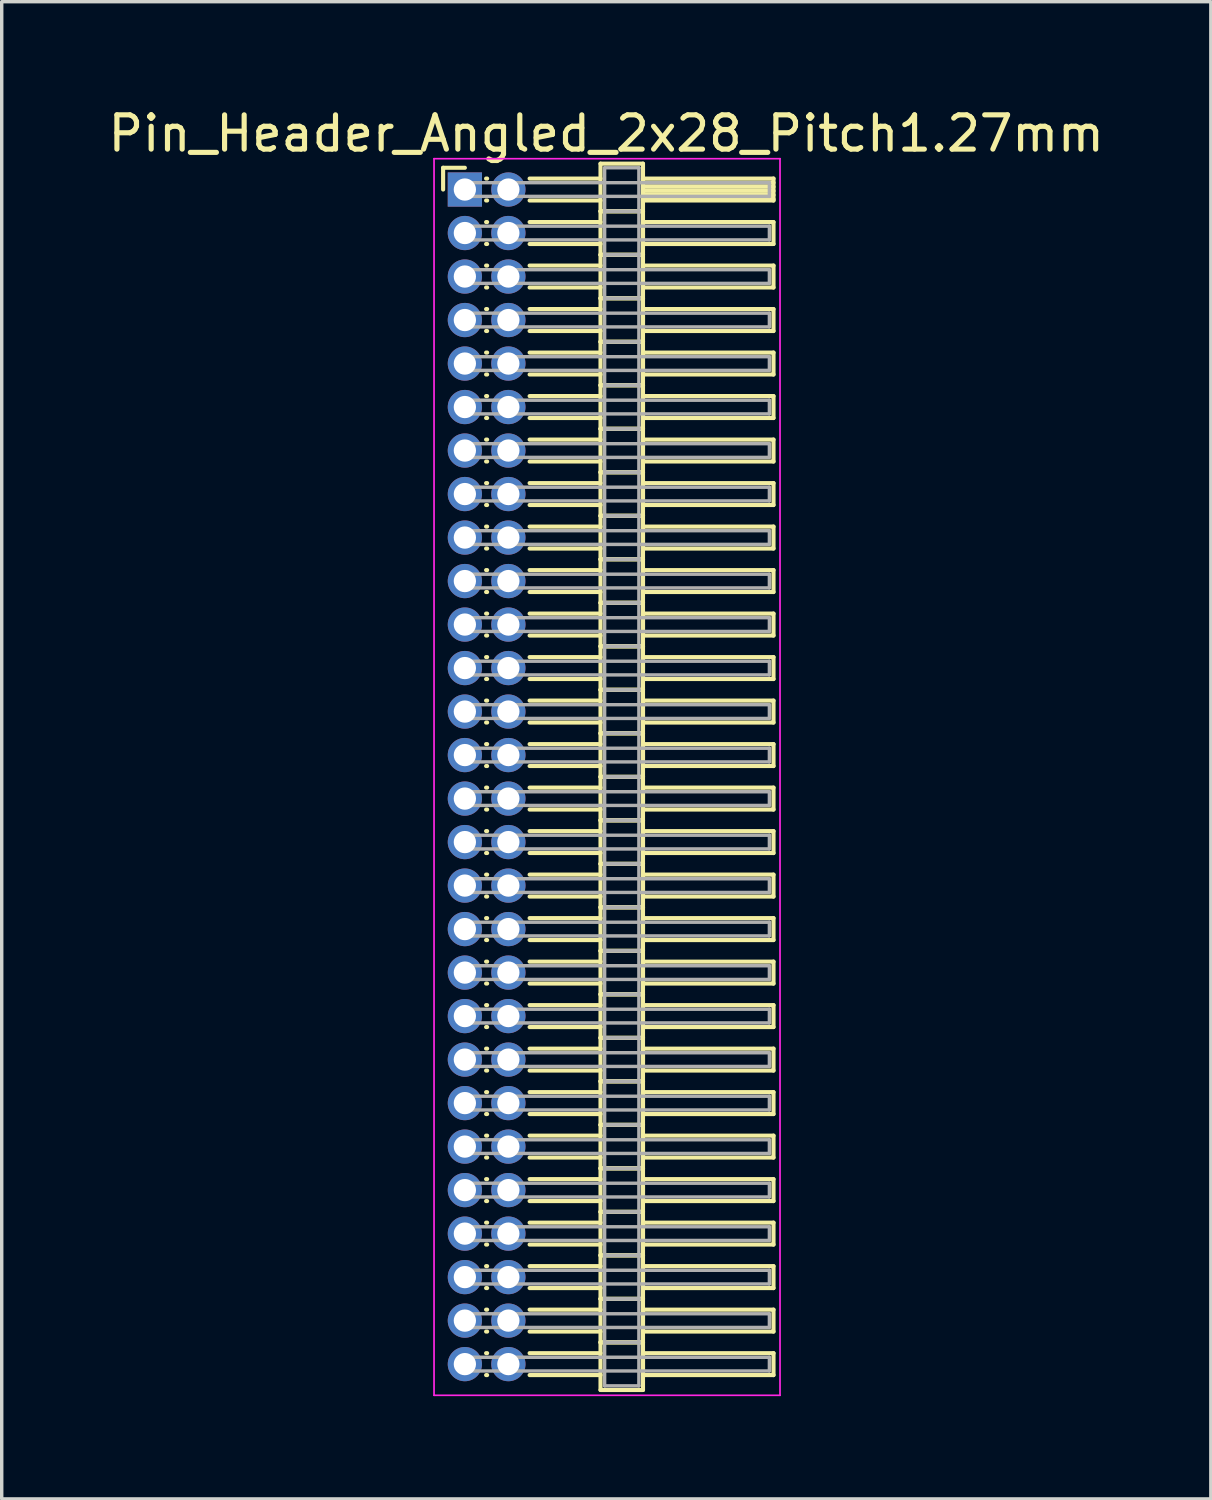
<source format=kicad_pcb>
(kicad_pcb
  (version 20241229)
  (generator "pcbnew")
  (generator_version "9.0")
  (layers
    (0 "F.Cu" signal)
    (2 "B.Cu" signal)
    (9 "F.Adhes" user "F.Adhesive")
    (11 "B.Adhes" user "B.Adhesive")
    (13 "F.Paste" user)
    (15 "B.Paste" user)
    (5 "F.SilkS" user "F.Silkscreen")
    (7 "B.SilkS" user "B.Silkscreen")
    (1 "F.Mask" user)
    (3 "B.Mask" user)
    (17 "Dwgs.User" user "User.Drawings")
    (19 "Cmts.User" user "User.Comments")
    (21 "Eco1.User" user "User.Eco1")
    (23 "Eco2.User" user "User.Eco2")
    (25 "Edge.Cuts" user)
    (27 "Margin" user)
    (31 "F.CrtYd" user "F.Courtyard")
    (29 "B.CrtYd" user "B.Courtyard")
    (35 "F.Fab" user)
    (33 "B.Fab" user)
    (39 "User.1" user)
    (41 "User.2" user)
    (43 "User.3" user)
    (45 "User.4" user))
  (footprint "Pin_Header_Angled_2x28_Pitch1.27mm"
    (layer "F.Cu")
    (at 10.521 2.483)
    (property "Reference" "Pin_Header_Angled_2x28_Pitch1.27mm" (at 4.128 -1.635 0) (layer "F.SilkS") (effects (font (size 1 1) (thickness 0.15))))
    (attr through_hole)
    (fp_line (start -0.635 -0.635) (end 0 -0.635) (stroke (width 0.12) (type solid)) (layer "F.SilkS"))
    (fp_line (start -0.635 0) (end -0.635 -0.635) (stroke (width 0.12) (type solid)) (layer "F.SilkS"))
    (fp_line (start 0.62 -0.32) (end 0.65 -0.32) (stroke (width 0.12) (type solid)) (layer "F.SilkS"))
    (fp_line (start 0.62 0.32) (end 0.65 0.32) (stroke (width 0.12) (type solid)) (layer "F.SilkS"))
    (fp_line (start 0.62 0.95) (end 0.65 0.95) (stroke (width 0.12) (type solid)) (layer "F.SilkS"))
    (fp_line (start 0.62 1.59) (end 0.65 1.59) (stroke (width 0.12) (type solid)) (layer "F.SilkS"))
    (fp_line (start 0.62 2.22) (end 0.65 2.22) (stroke (width 0.12) (type solid)) (layer "F.SilkS"))
    (fp_line (start 0.62 2.86) (end 0.65 2.86) (stroke (width 0.12) (type solid)) (layer "F.SilkS"))
    (fp_line (start 0.62 3.49) (end 0.65 3.49) (stroke (width 0.12) (type solid)) (layer "F.SilkS"))
    (fp_line (start 0.62 4.13) (end 0.65 4.13) (stroke (width 0.12) (type solid)) (layer "F.SilkS"))
    (fp_line (start 0.62 4.76) (end 0.65 4.76) (stroke (width 0.12) (type solid)) (layer "F.SilkS"))
    (fp_line (start 0.62 5.4) (end 0.65 5.4) (stroke (width 0.12) (type solid)) (layer "F.SilkS"))
    (fp_line (start 0.62 6.03) (end 0.65 6.03) (stroke (width 0.12) (type solid)) (layer "F.SilkS"))
    (fp_line (start 0.62 6.67) (end 0.65 6.67) (stroke (width 0.12) (type solid)) (layer "F.SilkS"))
    (fp_line (start 0.62 7.3) (end 0.65 7.3) (stroke (width 0.12) (type solid)) (layer "F.SilkS"))
    (fp_line (start 0.62 7.94) (end 0.65 7.94) (stroke (width 0.12) (type solid)) (layer "F.SilkS"))
    (fp_line (start 0.62 8.57) (end 0.65 8.57) (stroke (width 0.12) (type solid)) (layer "F.SilkS"))
    (fp_line (start 0.62 9.21) (end 0.65 9.21) (stroke (width 0.12) (type solid)) (layer "F.SilkS"))
    (fp_line (start 0.62 9.84) (end 0.65 9.84) (stroke (width 0.12) (type solid)) (layer "F.SilkS"))
    (fp_line (start 0.62 10.48) (end 0.65 10.48) (stroke (width 0.12) (type solid)) (layer "F.SilkS"))
    (fp_line (start 0.62 11.11) (end 0.65 11.11) (stroke (width 0.12) (type solid)) (layer "F.SilkS"))
    (fp_line (start 0.62 11.75) (end 0.65 11.75) (stroke (width 0.12) (type solid)) (layer "F.SilkS"))
    (fp_line (start 0.62 12.38) (end 0.65 12.38) (stroke (width 0.12) (type solid)) (layer "F.SilkS"))
    (fp_line (start 0.62 13.02) (end 0.65 13.02) (stroke (width 0.12) (type solid)) (layer "F.SilkS"))
    (fp_line (start 0.62 13.65) (end 0.65 13.65) (stroke (width 0.12) (type solid)) (layer "F.SilkS"))
    (fp_line (start 0.62 14.29) (end 0.65 14.29) (stroke (width 0.12) (type solid)) (layer "F.SilkS"))
    (fp_line (start 0.62 14.92) (end 0.65 14.92) (stroke (width 0.12) (type solid)) (layer "F.SilkS"))
    (fp_line (start 0.62 15.56) (end 0.65 15.56) (stroke (width 0.12) (type solid)) (layer "F.SilkS"))
    (fp_line (start 0.62 16.19) (end 0.65 16.19) (stroke (width 0.12) (type solid)) (layer "F.SilkS"))
    (fp_line (start 0.62 16.83) (end 0.65 16.83) (stroke (width 0.12) (type solid)) (layer "F.SilkS"))
    (fp_line (start 0.62 17.46) (end 0.65 17.46) (stroke (width 0.12) (type solid)) (layer "F.SilkS"))
    (fp_line (start 0.62 18.1) (end 0.65 18.1) (stroke (width 0.12) (type solid)) (layer "F.SilkS"))
    (fp_line (start 0.62 18.73) (end 0.65 18.73) (stroke (width 0.12) (type solid)) (layer "F.SilkS"))
    (fp_line (start 0.62 19.37) (end 0.65 19.37) (stroke (width 0.12) (type solid)) (layer "F.SilkS"))
    (fp_line (start 0.62 20) (end 0.65 20) (stroke (width 0.12) (type solid)) (layer "F.SilkS"))
    (fp_line (start 0.62 20.64) (end 0.65 20.64) (stroke (width 0.12) (type solid)) (layer "F.SilkS"))
    (fp_line (start 0.62 21.27) (end 0.65 21.27) (stroke (width 0.12) (type solid)) (layer "F.SilkS"))
    (fp_line (start 0.62 21.91) (end 0.65 21.91) (stroke (width 0.12) (type solid)) (layer "F.SilkS"))
    (fp_line (start 0.62 22.54) (end 0.65 22.54) (stroke (width 0.12) (type solid)) (layer "F.SilkS"))
    (fp_line (start 0.62 23.18) (end 0.65 23.18) (stroke (width 0.12) (type solid)) (layer "F.SilkS"))
    (fp_line (start 0.62 23.81) (end 0.65 23.81) (stroke (width 0.12) (type solid)) (layer "F.SilkS"))
    (fp_line (start 0.62 24.45) (end 0.65 24.45) (stroke (width 0.12) (type solid)) (layer "F.SilkS"))
    (fp_line (start 0.62 25.08) (end 0.65 25.08) (stroke (width 0.12) (type solid)) (layer "F.SilkS"))
    (fp_line (start 0.62 25.72) (end 0.65 25.72) (stroke (width 0.12) (type solid)) (layer "F.SilkS"))
    (fp_line (start 0.62 26.35) (end 0.65 26.35) (stroke (width 0.12) (type solid)) (layer "F.SilkS"))
    (fp_line (start 0.62 26.99) (end 0.65 26.99) (stroke (width 0.12) (type solid)) (layer "F.SilkS"))
    (fp_line (start 0.62 27.62) (end 0.65 27.62) (stroke (width 0.12) (type solid)) (layer "F.SilkS"))
    (fp_line (start 0.62 28.26) (end 0.65 28.26) (stroke (width 0.12) (type solid)) (layer "F.SilkS"))
    (fp_line (start 0.62 28.89) (end 0.65 28.89) (stroke (width 0.12) (type solid)) (layer "F.SilkS"))
    (fp_line (start 0.62 29.53) (end 0.65 29.53) (stroke (width 0.12) (type solid)) (layer "F.SilkS"))
    (fp_line (start 0.62 30.16) (end 0.65 30.16) (stroke (width 0.12) (type solid)) (layer "F.SilkS"))
    (fp_line (start 0.62 30.8) (end 0.65 30.8) (stroke (width 0.12) (type solid)) (layer "F.SilkS"))
    (fp_line (start 0.62 31.43) (end 0.65 31.43) (stroke (width 0.12) (type solid)) (layer "F.SilkS"))
    (fp_line (start 0.62 32.07) (end 0.65 32.07) (stroke (width 0.12) (type solid)) (layer "F.SilkS"))
    (fp_line (start 0.62 32.7) (end 0.65 32.7) (stroke (width 0.12) (type solid)) (layer "F.SilkS"))
    (fp_line (start 0.62 33.34) (end 0.65 33.34) (stroke (width 0.12) (type solid)) (layer "F.SilkS"))
    (fp_line (start 0.62 33.97) (end 0.65 33.97) (stroke (width 0.12) (type solid)) (layer "F.SilkS"))
    (fp_line (start 0.62 34.61) (end 0.65 34.61) (stroke (width 0.12) (type solid)) (layer "F.SilkS"))
    (fp_line (start 1.89 -0.32) (end 3.96 -0.32) (stroke (width 0.12) (type solid)) (layer "F.SilkS"))
    (fp_line (start 1.89 0.32) (end 3.96 0.32) (stroke (width 0.12) (type solid)) (layer "F.SilkS"))
    (fp_line (start 1.89 0.95) (end 3.96 0.95) (stroke (width 0.12) (type solid)) (layer "F.SilkS"))
    (fp_line (start 1.89 1.59) (end 3.96 1.59) (stroke (width 0.12) (type solid)) (layer "F.SilkS"))
    (fp_line (start 1.89 2.22) (end 3.96 2.22) (stroke (width 0.12) (type solid)) (layer "F.SilkS"))
    (fp_line (start 1.89 2.86) (end 3.96 2.86) (stroke (width 0.12) (type solid)) (layer "F.SilkS"))
    (fp_line (start 1.89 3.49) (end 3.96 3.49) (stroke (width 0.12) (type solid)) (layer "F.SilkS"))
    (fp_line (start 1.89 4.13) (end 3.96 4.13) (stroke (width 0.12) (type solid)) (layer "F.SilkS"))
    (fp_line (start 1.89 4.76) (end 3.96 4.76) (stroke (width 0.12) (type solid)) (layer "F.SilkS"))
    (fp_line (start 1.89 5.4) (end 3.96 5.4) (stroke (width 0.12) (type solid)) (layer "F.SilkS"))
    (fp_line (start 1.89 6.03) (end 3.96 6.03) (stroke (width 0.12) (type solid)) (layer "F.SilkS"))
    (fp_line (start 1.89 6.67) (end 3.96 6.67) (stroke (width 0.12) (type solid)) (layer "F.SilkS"))
    (fp_line (start 1.89 7.3) (end 3.96 7.3) (stroke (width 0.12) (type solid)) (layer "F.SilkS"))
    (fp_line (start 1.89 7.94) (end 3.96 7.94) (stroke (width 0.12) (type solid)) (layer "F.SilkS"))
    (fp_line (start 1.89 8.57) (end 3.96 8.57) (stroke (width 0.12) (type solid)) (layer "F.SilkS"))
    (fp_line (start 1.89 9.21) (end 3.96 9.21) (stroke (width 0.12) (type solid)) (layer "F.SilkS"))
    (fp_line (start 1.89 9.84) (end 3.96 9.84) (stroke (width 0.12) (type solid)) (layer "F.SilkS"))
    (fp_line (start 1.89 10.48) (end 3.96 10.48) (stroke (width 0.12) (type solid)) (layer "F.SilkS"))
    (fp_line (start 1.89 11.11) (end 3.96 11.11) (stroke (width 0.12) (type solid)) (layer "F.SilkS"))
    (fp_line (start 1.89 11.75) (end 3.96 11.75) (stroke (width 0.12) (type solid)) (layer "F.SilkS"))
    (fp_line (start 1.89 12.38) (end 3.96 12.38) (stroke (width 0.12) (type solid)) (layer "F.SilkS"))
    (fp_line (start 1.89 13.02) (end 3.96 13.02) (stroke (width 0.12) (type solid)) (layer "F.SilkS"))
    (fp_line (start 1.89 13.65) (end 3.96 13.65) (stroke (width 0.12) (type solid)) (layer "F.SilkS"))
    (fp_line (start 1.89 14.29) (end 3.96 14.29) (stroke (width 0.12) (type solid)) (layer "F.SilkS"))
    (fp_line (start 1.89 14.92) (end 3.96 14.92) (stroke (width 0.12) (type solid)) (layer "F.SilkS"))
    (fp_line (start 1.89 15.56) (end 3.96 15.56) (stroke (width 0.12) (type solid)) (layer "F.SilkS"))
    (fp_line (start 1.89 16.19) (end 3.96 16.19) (stroke (width 0.12) (type solid)) (layer "F.SilkS"))
    (fp_line (start 1.89 16.83) (end 3.96 16.83) (stroke (width 0.12) (type solid)) (layer "F.SilkS"))
    (fp_line (start 1.89 17.46) (end 3.96 17.46) (stroke (width 0.12) (type solid)) (layer "F.SilkS"))
    (fp_line (start 1.89 18.1) (end 3.96 18.1) (stroke (width 0.12) (type solid)) (layer "F.SilkS"))
    (fp_line (start 1.89 18.73) (end 3.96 18.73) (stroke (width 0.12) (type solid)) (layer "F.SilkS"))
    (fp_line (start 1.89 19.37) (end 3.96 19.37) (stroke (width 0.12) (type solid)) (layer "F.SilkS"))
    (fp_line (start 1.89 20) (end 3.96 20) (stroke (width 0.12) (type solid)) (layer "F.SilkS"))
    (fp_line (start 1.89 20.64) (end 3.96 20.64) (stroke (width 0.12) (type solid)) (layer "F.SilkS"))
    (fp_line (start 1.89 21.27) (end 3.96 21.27) (stroke (width 0.12) (type solid)) (layer "F.SilkS"))
    (fp_line (start 1.89 21.91) (end 3.96 21.91) (stroke (width 0.12) (type solid)) (layer "F.SilkS"))
    (fp_line (start 1.89 22.54) (end 3.96 22.54) (stroke (width 0.12) (type solid)) (layer "F.SilkS"))
    (fp_line (start 1.89 23.18) (end 3.96 23.18) (stroke (width 0.12) (type solid)) (layer "F.SilkS"))
    (fp_line (start 1.89 23.81) (end 3.96 23.81) (stroke (width 0.12) (type solid)) (layer "F.SilkS"))
    (fp_line (start 1.89 24.45) (end 3.96 24.45) (stroke (width 0.12) (type solid)) (layer "F.SilkS"))
    (fp_line (start 1.89 25.08) (end 3.96 25.08) (stroke (width 0.12) (type solid)) (layer "F.SilkS"))
    (fp_line (start 1.89 25.72) (end 3.96 25.72) (stroke (width 0.12) (type solid)) (layer "F.SilkS"))
    (fp_line (start 1.89 26.35) (end 3.96 26.35) (stroke (width 0.12) (type solid)) (layer "F.SilkS"))
    (fp_line (start 1.89 26.99) (end 3.96 26.99) (stroke (width 0.12) (type solid)) (layer "F.SilkS"))
    (fp_line (start 1.89 27.62) (end 3.96 27.62) (stroke (width 0.12) (type solid)) (layer "F.SilkS"))
    (fp_line (start 1.89 28.26) (end 3.96 28.26) (stroke (width 0.12) (type solid)) (layer "F.SilkS"))
    (fp_line (start 1.89 28.89) (end 3.96 28.89) (stroke (width 0.12) (type solid)) (layer "F.SilkS"))
    (fp_line (start 1.89 29.53) (end 3.96 29.53) (stroke (width 0.12) (type solid)) (layer "F.SilkS"))
    (fp_line (start 1.89 30.16) (end 3.96 30.16) (stroke (width 0.12) (type solid)) (layer "F.SilkS"))
    (fp_line (start 1.89 30.8) (end 3.96 30.8) (stroke (width 0.12) (type solid)) (layer "F.SilkS"))
    (fp_line (start 1.89 31.43) (end 3.96 31.43) (stroke (width 0.12) (type solid)) (layer "F.SilkS"))
    (fp_line (start 1.89 32.07) (end 3.96 32.07) (stroke (width 0.12) (type solid)) (layer "F.SilkS"))
    (fp_line (start 1.89 32.7) (end 3.96 32.7) (stroke (width 0.12) (type solid)) (layer "F.SilkS"))
    (fp_line (start 1.89 33.34) (end 3.96 33.34) (stroke (width 0.12) (type solid)) (layer "F.SilkS"))
    (fp_line (start 1.89 33.97) (end 3.96 33.97) (stroke (width 0.12) (type solid)) (layer "F.SilkS"))
    (fp_line (start 1.89 34.61) (end 3.96 34.61) (stroke (width 0.12) (type solid)) (layer "F.SilkS"))
    (fp_line (start 3.96 -0.755) (end 3.96 0.635) (stroke (width 0.12) (type solid)) (layer "F.SilkS"))
    (fp_line (start 3.96 0.635) (end 3.96 1.905) (stroke (width 0.12) (type solid)) (layer "F.SilkS"))
    (fp_line (start 3.96 0.635) (end 5.2 0.635) (stroke (width 0.12) (type solid)) (layer "F.SilkS"))
    (fp_line (start 3.96 1.905) (end 3.96 3.175) (stroke (width 0.12) (type solid)) (layer "F.SilkS"))
    (fp_line (start 3.96 1.905) (end 5.2 1.905) (stroke (width 0.12) (type solid)) (layer "F.SilkS"))
    (fp_line (start 3.96 3.175) (end 3.96 4.445) (stroke (width 0.12) (type solid)) (layer "F.SilkS"))
    (fp_line (start 3.96 3.175) (end 5.2 3.175) (stroke (width 0.12) (type solid)) (layer "F.SilkS"))
    (fp_line (start 3.96 4.445) (end 3.96 5.715) (stroke (width 0.12) (type solid)) (layer "F.SilkS"))
    (fp_line (start 3.96 4.445) (end 5.2 4.445) (stroke (width 0.12) (type solid)) (layer "F.SilkS"))
    (fp_line (start 3.96 5.715) (end 3.96 6.985) (stroke (width 0.12) (type solid)) (layer "F.SilkS"))
    (fp_line (start 3.96 5.715) (end 5.2 5.715) (stroke (width 0.12) (type solid)) (layer "F.SilkS"))
    (fp_line (start 3.96 6.985) (end 3.96 8.255) (stroke (width 0.12) (type solid)) (layer "F.SilkS"))
    (fp_line (start 3.96 6.985) (end 5.2 6.985) (stroke (width 0.12) (type solid)) (layer "F.SilkS"))
    (fp_line (start 3.96 8.255) (end 3.96 9.525) (stroke (width 0.12) (type solid)) (layer "F.SilkS"))
    (fp_line (start 3.96 8.255) (end 5.2 8.255) (stroke (width 0.12) (type solid)) (layer "F.SilkS"))
    (fp_line (start 3.96 9.525) (end 3.96 10.795) (stroke (width 0.12) (type solid)) (layer "F.SilkS"))
    (fp_line (start 3.96 9.525) (end 5.2 9.525) (stroke (width 0.12) (type solid)) (layer "F.SilkS"))
    (fp_line (start 3.96 10.795) (end 3.96 12.065) (stroke (width 0.12) (type solid)) (layer "F.SilkS"))
    (fp_line (start 3.96 10.795) (end 5.2 10.795) (stroke (width 0.12) (type solid)) (layer "F.SilkS"))
    (fp_line (start 3.96 12.065) (end 3.96 13.335) (stroke (width 0.12) (type solid)) (layer "F.SilkS"))
    (fp_line (start 3.96 12.065) (end 5.2 12.065) (stroke (width 0.12) (type solid)) (layer "F.SilkS"))
    (fp_line (start 3.96 13.335) (end 3.96 14.605) (stroke (width 0.12) (type solid)) (layer "F.SilkS"))
    (fp_line (start 3.96 13.335) (end 5.2 13.335) (stroke (width 0.12) (type solid)) (layer "F.SilkS"))
    (fp_line (start 3.96 14.605) (end 3.96 15.875) (stroke (width 0.12) (type solid)) (layer "F.SilkS"))
    (fp_line (start 3.96 14.605) (end 5.2 14.605) (stroke (width 0.12) (type solid)) (layer "F.SilkS"))
    (fp_line (start 3.96 15.875) (end 3.96 17.145) (stroke (width 0.12) (type solid)) (layer "F.SilkS"))
    (fp_line (start 3.96 15.875) (end 5.2 15.875) (stroke (width 0.12) (type solid)) (layer "F.SilkS"))
    (fp_line (start 3.96 17.145) (end 3.96 18.415) (stroke (width 0.12) (type solid)) (layer "F.SilkS"))
    (fp_line (start 3.96 17.145) (end 5.2 17.145) (stroke (width 0.12) (type solid)) (layer "F.SilkS"))
    (fp_line (start 3.96 18.415) (end 3.96 19.685) (stroke (width 0.12) (type solid)) (layer "F.SilkS"))
    (fp_line (start 3.96 18.415) (end 5.2 18.415) (stroke (width 0.12) (type solid)) (layer "F.SilkS"))
    (fp_line (start 3.96 19.685) (end 3.96 20.955) (stroke (width 0.12) (type solid)) (layer "F.SilkS"))
    (fp_line (start 3.96 19.685) (end 5.2 19.685) (stroke (width 0.12) (type solid)) (layer "F.SilkS"))
    (fp_line (start 3.96 20.955) (end 3.96 22.225) (stroke (width 0.12) (type solid)) (layer "F.SilkS"))
    (fp_line (start 3.96 20.955) (end 5.2 20.955) (stroke (width 0.12) (type solid)) (layer "F.SilkS"))
    (fp_line (start 3.96 22.225) (end 3.96 23.495) (stroke (width 0.12) (type solid)) (layer "F.SilkS"))
    (fp_line (start 3.96 22.225) (end 5.2 22.225) (stroke (width 0.12) (type solid)) (layer "F.SilkS"))
    (fp_line (start 3.96 23.495) (end 3.96 24.765) (stroke (width 0.12) (type solid)) (layer "F.SilkS"))
    (fp_line (start 3.96 23.495) (end 5.2 23.495) (stroke (width 0.12) (type solid)) (layer "F.SilkS"))
    (fp_line (start 3.96 24.765) (end 3.96 26.035) (stroke (width 0.12) (type solid)) (layer "F.SilkS"))
    (fp_line (start 3.96 24.765) (end 5.2 24.765) (stroke (width 0.12) (type solid)) (layer "F.SilkS"))
    (fp_line (start 3.96 26.035) (end 3.96 27.305) (stroke (width 0.12) (type solid)) (layer "F.SilkS"))
    (fp_line (start 3.96 26.035) (end 5.2 26.035) (stroke (width 0.12) (type solid)) (layer "F.SilkS"))
    (fp_line (start 3.96 27.305) (end 3.96 28.575) (stroke (width 0.12) (type solid)) (layer "F.SilkS"))
    (fp_line (start 3.96 27.305) (end 5.2 27.305) (stroke (width 0.12) (type solid)) (layer "F.SilkS"))
    (fp_line (start 3.96 28.575) (end 3.96 29.845) (stroke (width 0.12) (type solid)) (layer "F.SilkS"))
    (fp_line (start 3.96 28.575) (end 5.2 28.575) (stroke (width 0.12) (type solid)) (layer "F.SilkS"))
    (fp_line (start 3.96 29.845) (end 3.96 31.115) (stroke (width 0.12) (type solid)) (layer "F.SilkS"))
    (fp_line (start 3.96 29.845) (end 5.2 29.845) (stroke (width 0.12) (type solid)) (layer "F.SilkS"))
    (fp_line (start 3.96 31.115) (end 3.96 32.385) (stroke (width 0.12) (type solid)) (layer "F.SilkS"))
    (fp_line (start 3.96 31.115) (end 5.2 31.115) (stroke (width 0.12) (type solid)) (layer "F.SilkS"))
    (fp_line (start 3.96 32.385) (end 3.96 33.655) (stroke (width 0.12) (type solid)) (layer "F.SilkS"))
    (fp_line (start 3.96 32.385) (end 5.2 32.385) (stroke (width 0.12) (type solid)) (layer "F.SilkS"))
    (fp_line (start 3.96 33.655) (end 3.96 35.045) (stroke (width 0.12) (type solid)) (layer "F.SilkS"))
    (fp_line (start 3.96 33.655) (end 5.2 33.655) (stroke (width 0.12) (type solid)) (layer "F.SilkS"))
    (fp_line (start 3.96 35.045) (end 5.2 35.045) (stroke (width 0.12) (type solid)) (layer "F.SilkS"))
    (fp_line (start 5.2 -0.755) (end 3.96 -0.755) (stroke (width 0.12) (type solid)) (layer "F.SilkS"))
    (fp_line (start 5.2 -0.32) (end 5.2 0.32) (stroke (width 0.12) (type solid)) (layer "F.SilkS"))
    (fp_line (start 5.2 -0.2) (end 9.01 -0.2) (stroke (width 0.12) (type solid)) (layer "F.SilkS"))
    (fp_line (start 5.2 -0.08) (end 9.01 -0.08) (stroke (width 0.12) (type solid)) (layer "F.SilkS"))
    (fp_line (start 5.2 0.04) (end 9.01 0.04) (stroke (width 0.12) (type solid)) (layer "F.SilkS"))
    (fp_line (start 5.2 0.16) (end 9.01 0.16) (stroke (width 0.12) (type solid)) (layer "F.SilkS"))
    (fp_line (start 5.2 0.28) (end 9.01 0.28) (stroke (width 0.12) (type solid)) (layer "F.SilkS"))
    (fp_line (start 5.2 0.32) (end 9.01 0.32) (stroke (width 0.12) (type solid)) (layer "F.SilkS"))
    (fp_line (start 5.2 0.635) (end 3.96 0.635) (stroke (width 0.12) (type solid)) (layer "F.SilkS"))
    (fp_line (start 5.2 0.635) (end 5.2 -0.755) (stroke (width 0.12) (type solid)) (layer "F.SilkS"))
    (fp_line (start 5.2 0.95) (end 5.2 1.59) (stroke (width 0.12) (type solid)) (layer "F.SilkS"))
    (fp_line (start 5.2 1.59) (end 9.01 1.59) (stroke (width 0.12) (type solid)) (layer "F.SilkS"))
    (fp_line (start 5.2 1.905) (end 3.96 1.905) (stroke (width 0.12) (type solid)) (layer "F.SilkS"))
    (fp_line (start 5.2 1.905) (end 5.2 0.635) (stroke (width 0.12) (type solid)) (layer "F.SilkS"))
    (fp_line (start 5.2 2.22) (end 5.2 2.86) (stroke (width 0.12) (type solid)) (layer "F.SilkS"))
    (fp_line (start 5.2 2.86) (end 9.01 2.86) (stroke (width 0.12) (type solid)) (layer "F.SilkS"))
    (fp_line (start 5.2 3.175) (end 3.96 3.175) (stroke (width 0.12) (type solid)) (layer "F.SilkS"))
    (fp_line (start 5.2 3.175) (end 5.2 1.905) (stroke (width 0.12) (type solid)) (layer "F.SilkS"))
    (fp_line (start 5.2 3.49) (end 5.2 4.13) (stroke (width 0.12) (type solid)) (layer "F.SilkS"))
    (fp_line (start 5.2 4.13) (end 9.01 4.13) (stroke (width 0.12) (type solid)) (layer "F.SilkS"))
    (fp_line (start 5.2 4.445) (end 3.96 4.445) (stroke (width 0.12) (type solid)) (layer "F.SilkS"))
    (fp_line (start 5.2 4.445) (end 5.2 3.175) (stroke (width 0.12) (type solid)) (layer "F.SilkS"))
    (fp_line (start 5.2 4.76) (end 5.2 5.4) (stroke (width 0.12) (type solid)) (layer "F.SilkS"))
    (fp_line (start 5.2 5.4) (end 9.01 5.4) (stroke (width 0.12) (type solid)) (layer "F.SilkS"))
    (fp_line (start 5.2 5.715) (end 3.96 5.715) (stroke (width 0.12) (type solid)) (layer "F.SilkS"))
    (fp_line (start 5.2 5.715) (end 5.2 4.445) (stroke (width 0.12) (type solid)) (layer "F.SilkS"))
    (fp_line (start 5.2 6.03) (end 5.2 6.67) (stroke (width 0.12) (type solid)) (layer "F.SilkS"))
    (fp_line (start 5.2 6.67) (end 9.01 6.67) (stroke (width 0.12) (type solid)) (layer "F.SilkS"))
    (fp_line (start 5.2 6.985) (end 3.96 6.985) (stroke (width 0.12) (type solid)) (layer "F.SilkS"))
    (fp_line (start 5.2 6.985) (end 5.2 5.715) (stroke (width 0.12) (type solid)) (layer "F.SilkS"))
    (fp_line (start 5.2 7.3) (end 5.2 7.94) (stroke (width 0.12) (type solid)) (layer "F.SilkS"))
    (fp_line (start 5.2 7.94) (end 9.01 7.94) (stroke (width 0.12) (type solid)) (layer "F.SilkS"))
    (fp_line (start 5.2 8.255) (end 3.96 8.255) (stroke (width 0.12) (type solid)) (layer "F.SilkS"))
    (fp_line (start 5.2 8.255) (end 5.2 6.985) (stroke (width 0.12) (type solid)) (layer "F.SilkS"))
    (fp_line (start 5.2 8.57) (end 5.2 9.21) (stroke (width 0.12) (type solid)) (layer "F.SilkS"))
    (fp_line (start 5.2 9.21) (end 9.01 9.21) (stroke (width 0.12) (type solid)) (layer "F.SilkS"))
    (fp_line (start 5.2 9.525) (end 3.96 9.525) (stroke (width 0.12) (type solid)) (layer "F.SilkS"))
    (fp_line (start 5.2 9.525) (end 5.2 8.255) (stroke (width 0.12) (type solid)) (layer "F.SilkS"))
    (fp_line (start 5.2 9.84) (end 5.2 10.48) (stroke (width 0.12) (type solid)) (layer "F.SilkS"))
    (fp_line (start 5.2 10.48) (end 9.01 10.48) (stroke (width 0.12) (type solid)) (layer "F.SilkS"))
    (fp_line (start 5.2 10.795) (end 3.96 10.795) (stroke (width 0.12) (type solid)) (layer "F.SilkS"))
    (fp_line (start 5.2 10.795) (end 5.2 9.525) (stroke (width 0.12) (type solid)) (layer "F.SilkS"))
    (fp_line (start 5.2 11.11) (end 5.2 11.75) (stroke (width 0.12) (type solid)) (layer "F.SilkS"))
    (fp_line (start 5.2 11.75) (end 9.01 11.75) (stroke (width 0.12) (type solid)) (layer "F.SilkS"))
    (fp_line (start 5.2 12.065) (end 3.96 12.065) (stroke (width 0.12) (type solid)) (layer "F.SilkS"))
    (fp_line (start 5.2 12.065) (end 5.2 10.795) (stroke (width 0.12) (type solid)) (layer "F.SilkS"))
    (fp_line (start 5.2 12.38) (end 5.2 13.02) (stroke (width 0.12) (type solid)) (layer "F.SilkS"))
    (fp_line (start 5.2 13.02) (end 9.01 13.02) (stroke (width 0.12) (type solid)) (layer "F.SilkS"))
    (fp_line (start 5.2 13.335) (end 3.96 13.335) (stroke (width 0.12) (type solid)) (layer "F.SilkS"))
    (fp_line (start 5.2 13.335) (end 5.2 12.065) (stroke (width 0.12) (type solid)) (layer "F.SilkS"))
    (fp_line (start 5.2 13.65) (end 5.2 14.29) (stroke (width 0.12) (type solid)) (layer "F.SilkS"))
    (fp_line (start 5.2 14.29) (end 9.01 14.29) (stroke (width 0.12) (type solid)) (layer "F.SilkS"))
    (fp_line (start 5.2 14.605) (end 3.96 14.605) (stroke (width 0.12) (type solid)) (layer "F.SilkS"))
    (fp_line (start 5.2 14.605) (end 5.2 13.335) (stroke (width 0.12) (type solid)) (layer "F.SilkS"))
    (fp_line (start 5.2 14.92) (end 5.2 15.56) (stroke (width 0.12) (type solid)) (layer "F.SilkS"))
    (fp_line (start 5.2 15.56) (end 9.01 15.56) (stroke (width 0.12) (type solid)) (layer "F.SilkS"))
    (fp_line (start 5.2 15.875) (end 3.96 15.875) (stroke (width 0.12) (type solid)) (layer "F.SilkS"))
    (fp_line (start 5.2 15.875) (end 5.2 14.605) (stroke (width 0.12) (type solid)) (layer "F.SilkS"))
    (fp_line (start 5.2 16.19) (end 5.2 16.83) (stroke (width 0.12) (type solid)) (layer "F.SilkS"))
    (fp_line (start 5.2 16.83) (end 9.01 16.83) (stroke (width 0.12) (type solid)) (layer "F.SilkS"))
    (fp_line (start 5.2 17.145) (end 3.96 17.145) (stroke (width 0.12) (type solid)) (layer "F.SilkS"))
    (fp_line (start 5.2 17.145) (end 5.2 15.875) (stroke (width 0.12) (type solid)) (layer "F.SilkS"))
    (fp_line (start 5.2 17.46) (end 5.2 18.1) (stroke (width 0.12) (type solid)) (layer "F.SilkS"))
    (fp_line (start 5.2 18.1) (end 9.01 18.1) (stroke (width 0.12) (type solid)) (layer "F.SilkS"))
    (fp_line (start 5.2 18.415) (end 3.96 18.415) (stroke (width 0.12) (type solid)) (layer "F.SilkS"))
    (fp_line (start 5.2 18.415) (end 5.2 17.145) (stroke (width 0.12) (type solid)) (layer "F.SilkS"))
    (fp_line (start 5.2 18.73) (end 5.2 19.37) (stroke (width 0.12) (type solid)) (layer "F.SilkS"))
    (fp_line (start 5.2 19.37) (end 9.01 19.37) (stroke (width 0.12) (type solid)) (layer "F.SilkS"))
    (fp_line (start 5.2 19.685) (end 3.96 19.685) (stroke (width 0.12) (type solid)) (layer "F.SilkS"))
    (fp_line (start 5.2 19.685) (end 5.2 18.415) (stroke (width 0.12) (type solid)) (layer "F.SilkS"))
    (fp_line (start 5.2 20) (end 5.2 20.64) (stroke (width 0.12) (type solid)) (layer "F.SilkS"))
    (fp_line (start 5.2 20.64) (end 9.01 20.64) (stroke (width 0.12) (type solid)) (layer "F.SilkS"))
    (fp_line (start 5.2 20.955) (end 3.96 20.955) (stroke (width 0.12) (type solid)) (layer "F.SilkS"))
    (fp_line (start 5.2 20.955) (end 5.2 19.685) (stroke (width 0.12) (type solid)) (layer "F.SilkS"))
    (fp_line (start 5.2 21.27) (end 5.2 21.91) (stroke (width 0.12) (type solid)) (layer "F.SilkS"))
    (fp_line (start 5.2 21.91) (end 9.01 21.91) (stroke (width 0.12) (type solid)) (layer "F.SilkS"))
    (fp_line (start 5.2 22.225) (end 3.96 22.225) (stroke (width 0.12) (type solid)) (layer "F.SilkS"))
    (fp_line (start 5.2 22.225) (end 5.2 20.955) (stroke (width 0.12) (type solid)) (layer "F.SilkS"))
    (fp_line (start 5.2 22.54) (end 5.2 23.18) (stroke (width 0.12) (type solid)) (layer "F.SilkS"))
    (fp_line (start 5.2 23.18) (end 9.01 23.18) (stroke (width 0.12) (type solid)) (layer "F.SilkS"))
    (fp_line (start 5.2 23.495) (end 3.96 23.495) (stroke (width 0.12) (type solid)) (layer "F.SilkS"))
    (fp_line (start 5.2 23.495) (end 5.2 22.225) (stroke (width 0.12) (type solid)) (layer "F.SilkS"))
    (fp_line (start 5.2 23.81) (end 5.2 24.45) (stroke (width 0.12) (type solid)) (layer "F.SilkS"))
    (fp_line (start 5.2 24.45) (end 9.01 24.45) (stroke (width 0.12) (type solid)) (layer "F.SilkS"))
    (fp_line (start 5.2 24.765) (end 3.96 24.765) (stroke (width 0.12) (type solid)) (layer "F.SilkS"))
    (fp_line (start 5.2 24.765) (end 5.2 23.495) (stroke (width 0.12) (type solid)) (layer "F.SilkS"))
    (fp_line (start 5.2 25.08) (end 5.2 25.72) (stroke (width 0.12) (type solid)) (layer "F.SilkS"))
    (fp_line (start 5.2 25.72) (end 9.01 25.72) (stroke (width 0.12) (type solid)) (layer "F.SilkS"))
    (fp_line (start 5.2 26.035) (end 3.96 26.035) (stroke (width 0.12) (type solid)) (layer "F.SilkS"))
    (fp_line (start 5.2 26.035) (end 5.2 24.765) (stroke (width 0.12) (type solid)) (layer "F.SilkS"))
    (fp_line (start 5.2 26.35) (end 5.2 26.99) (stroke (width 0.12) (type solid)) (layer "F.SilkS"))
    (fp_line (start 5.2 26.99) (end 9.01 26.99) (stroke (width 0.12) (type solid)) (layer "F.SilkS"))
    (fp_line (start 5.2 27.305) (end 3.96 27.305) (stroke (width 0.12) (type solid)) (layer "F.SilkS"))
    (fp_line (start 5.2 27.305) (end 5.2 26.035) (stroke (width 0.12) (type solid)) (layer "F.SilkS"))
    (fp_line (start 5.2 27.62) (end 5.2 28.26) (stroke (width 0.12) (type solid)) (layer "F.SilkS"))
    (fp_line (start 5.2 28.26) (end 9.01 28.26) (stroke (width 0.12) (type solid)) (layer "F.SilkS"))
    (fp_line (start 5.2 28.575) (end 3.96 28.575) (stroke (width 0.12) (type solid)) (layer "F.SilkS"))
    (fp_line (start 5.2 28.575) (end 5.2 27.305) (stroke (width 0.12) (type solid)) (layer "F.SilkS"))
    (fp_line (start 5.2 28.89) (end 5.2 29.53) (stroke (width 0.12) (type solid)) (layer "F.SilkS"))
    (fp_line (start 5.2 29.53) (end 9.01 29.53) (stroke (width 0.12) (type solid)) (layer "F.SilkS"))
    (fp_line (start 5.2 29.845) (end 3.96 29.845) (stroke (width 0.12) (type solid)) (layer "F.SilkS"))
    (fp_line (start 5.2 29.845) (end 5.2 28.575) (stroke (width 0.12) (type solid)) (layer "F.SilkS"))
    (fp_line (start 5.2 30.16) (end 5.2 30.8) (stroke (width 0.12) (type solid)) (layer "F.SilkS"))
    (fp_line (start 5.2 30.8) (end 9.01 30.8) (stroke (width 0.12) (type solid)) (layer "F.SilkS"))
    (fp_line (start 5.2 31.115) (end 3.96 31.115) (stroke (width 0.12) (type solid)) (layer "F.SilkS"))
    (fp_line (start 5.2 31.115) (end 5.2 29.845) (stroke (width 0.12) (type solid)) (layer "F.SilkS"))
    (fp_line (start 5.2 31.43) (end 5.2 32.07) (stroke (width 0.12) (type solid)) (layer "F.SilkS"))
    (fp_line (start 5.2 32.07) (end 9.01 32.07) (stroke (width 0.12) (type solid)) (layer "F.SilkS"))
    (fp_line (start 5.2 32.385) (end 3.96 32.385) (stroke (width 0.12) (type solid)) (layer "F.SilkS"))
    (fp_line (start 5.2 32.385) (end 5.2 31.115) (stroke (width 0.12) (type solid)) (layer "F.SilkS"))
    (fp_line (start 5.2 32.7) (end 5.2 33.34) (stroke (width 0.12) (type solid)) (layer "F.SilkS"))
    (fp_line (start 5.2 33.34) (end 9.01 33.34) (stroke (width 0.12) (type solid)) (layer "F.SilkS"))
    (fp_line (start 5.2 33.655) (end 3.96 33.655) (stroke (width 0.12) (type solid)) (layer "F.SilkS"))
    (fp_line (start 5.2 33.655) (end 5.2 32.385) (stroke (width 0.12) (type solid)) (layer "F.SilkS"))
    (fp_line (start 5.2 33.97) (end 5.2 34.61) (stroke (width 0.12) (type solid)) (layer "F.SilkS"))
    (fp_line (start 5.2 34.61) (end 9.01 34.61) (stroke (width 0.12) (type solid)) (layer "F.SilkS"))
    (fp_line (start 5.2 35.045) (end 5.2 33.655) (stroke (width 0.12) (type solid)) (layer "F.SilkS"))
    (fp_line (start 9.01 -0.32) (end 5.2 -0.32) (stroke (width 0.12) (type solid)) (layer "F.SilkS"))
    (fp_line (start 9.01 0.32) (end 9.01 -0.32) (stroke (width 0.12) (type solid)) (layer "F.SilkS"))
    (fp_line (start 9.01 0.95) (end 5.2 0.95) (stroke (width 0.12) (type solid)) (layer "F.SilkS"))
    (fp_line (start 9.01 1.59) (end 9.01 0.95) (stroke (width 0.12) (type solid)) (layer "F.SilkS"))
    (fp_line (start 9.01 2.22) (end 5.2 2.22) (stroke (width 0.12) (type solid)) (layer "F.SilkS"))
    (fp_line (start 9.01 2.86) (end 9.01 2.22) (stroke (width 0.12) (type solid)) (layer "F.SilkS"))
    (fp_line (start 9.01 3.49) (end 5.2 3.49) (stroke (width 0.12) (type solid)) (layer "F.SilkS"))
    (fp_line (start 9.01 4.13) (end 9.01 3.49) (stroke (width 0.12) (type solid)) (layer "F.SilkS"))
    (fp_line (start 9.01 4.76) (end 5.2 4.76) (stroke (width 0.12) (type solid)) (layer "F.SilkS"))
    (fp_line (start 9.01 5.4) (end 9.01 4.76) (stroke (width 0.12) (type solid)) (layer "F.SilkS"))
    (fp_line (start 9.01 6.03) (end 5.2 6.03) (stroke (width 0.12) (type solid)) (layer "F.SilkS"))
    (fp_line (start 9.01 6.67) (end 9.01 6.03) (stroke (width 0.12) (type solid)) (layer "F.SilkS"))
    (fp_line (start 9.01 7.3) (end 5.2 7.3) (stroke (width 0.12) (type solid)) (layer "F.SilkS"))
    (fp_line (start 9.01 7.94) (end 9.01 7.3) (stroke (width 0.12) (type solid)) (layer "F.SilkS"))
    (fp_line (start 9.01 8.57) (end 5.2 8.57) (stroke (width 0.12) (type solid)) (layer "F.SilkS"))
    (fp_line (start 9.01 9.21) (end 9.01 8.57) (stroke (width 0.12) (type solid)) (layer "F.SilkS"))
    (fp_line (start 9.01 9.84) (end 5.2 9.84) (stroke (width 0.12) (type solid)) (layer "F.SilkS"))
    (fp_line (start 9.01 10.48) (end 9.01 9.84) (stroke (width 0.12) (type solid)) (layer "F.SilkS"))
    (fp_line (start 9.01 11.11) (end 5.2 11.11) (stroke (width 0.12) (type solid)) (layer "F.SilkS"))
    (fp_line (start 9.01 11.75) (end 9.01 11.11) (stroke (width 0.12) (type solid)) (layer "F.SilkS"))
    (fp_line (start 9.01 12.38) (end 5.2 12.38) (stroke (width 0.12) (type solid)) (layer "F.SilkS"))
    (fp_line (start 9.01 13.02) (end 9.01 12.38) (stroke (width 0.12) (type solid)) (layer "F.SilkS"))
    (fp_line (start 9.01 13.65) (end 5.2 13.65) (stroke (width 0.12) (type solid)) (layer "F.SilkS"))
    (fp_line (start 9.01 14.29) (end 9.01 13.65) (stroke (width 0.12) (type solid)) (layer "F.SilkS"))
    (fp_line (start 9.01 14.92) (end 5.2 14.92) (stroke (width 0.12) (type solid)) (layer "F.SilkS"))
    (fp_line (start 9.01 15.56) (end 9.01 14.92) (stroke (width 0.12) (type solid)) (layer "F.SilkS"))
    (fp_line (start 9.01 16.19) (end 5.2 16.19) (stroke (width 0.12) (type solid)) (layer "F.SilkS"))
    (fp_line (start 9.01 16.83) (end 9.01 16.19) (stroke (width 0.12) (type solid)) (layer "F.SilkS"))
    (fp_line (start 9.01 17.46) (end 5.2 17.46) (stroke (width 0.12) (type solid)) (layer "F.SilkS"))
    (fp_line (start 9.01 18.1) (end 9.01 17.46) (stroke (width 0.12) (type solid)) (layer "F.SilkS"))
    (fp_line (start 9.01 18.73) (end 5.2 18.73) (stroke (width 0.12) (type solid)) (layer "F.SilkS"))
    (fp_line (start 9.01 19.37) (end 9.01 18.73) (stroke (width 0.12) (type solid)) (layer "F.SilkS"))
    (fp_line (start 9.01 20) (end 5.2 20) (stroke (width 0.12) (type solid)) (layer "F.SilkS"))
    (fp_line (start 9.01 20.64) (end 9.01 20) (stroke (width 0.12) (type solid)) (layer "F.SilkS"))
    (fp_line (start 9.01 21.27) (end 5.2 21.27) (stroke (width 0.12) (type solid)) (layer "F.SilkS"))
    (fp_line (start 9.01 21.91) (end 9.01 21.27) (stroke (width 0.12) (type solid)) (layer "F.SilkS"))
    (fp_line (start 9.01 22.54) (end 5.2 22.54) (stroke (width 0.12) (type solid)) (layer "F.SilkS"))
    (fp_line (start 9.01 23.18) (end 9.01 22.54) (stroke (width 0.12) (type solid)) (layer "F.SilkS"))
    (fp_line (start 9.01 23.81) (end 5.2 23.81) (stroke (width 0.12) (type solid)) (layer "F.SilkS"))
    (fp_line (start 9.01 24.45) (end 9.01 23.81) (stroke (width 0.12) (type solid)) (layer "F.SilkS"))
    (fp_line (start 9.01 25.08) (end 5.2 25.08) (stroke (width 0.12) (type solid)) (layer "F.SilkS"))
    (fp_line (start 9.01 25.72) (end 9.01 25.08) (stroke (width 0.12) (type solid)) (layer "F.SilkS"))
    (fp_line (start 9.01 26.35) (end 5.2 26.35) (stroke (width 0.12) (type solid)) (layer "F.SilkS"))
    (fp_line (start 9.01 26.99) (end 9.01 26.35) (stroke (width 0.12) (type solid)) (layer "F.SilkS"))
    (fp_line (start 9.01 27.62) (end 5.2 27.62) (stroke (width 0.12) (type solid)) (layer "F.SilkS"))
    (fp_line (start 9.01 28.26) (end 9.01 27.62) (stroke (width 0.12) (type solid)) (layer "F.SilkS"))
    (fp_line (start 9.01 28.89) (end 5.2 28.89) (stroke (width 0.12) (type solid)) (layer "F.SilkS"))
    (fp_line (start 9.01 29.53) (end 9.01 28.89) (stroke (width 0.12) (type solid)) (layer "F.SilkS"))
    (fp_line (start 9.01 30.16) (end 5.2 30.16) (stroke (width 0.12) (type solid)) (layer "F.SilkS"))
    (fp_line (start 9.01 30.8) (end 9.01 30.16) (stroke (width 0.12) (type solid)) (layer "F.SilkS"))
    (fp_line (start 9.01 31.43) (end 5.2 31.43) (stroke (width 0.12) (type solid)) (layer "F.SilkS"))
    (fp_line (start 9.01 32.07) (end 9.01 31.43) (stroke (width 0.12) (type solid)) (layer "F.SilkS"))
    (fp_line (start 9.01 32.7) (end 5.2 32.7) (stroke (width 0.12) (type solid)) (layer "F.SilkS"))
    (fp_line (start 9.01 33.34) (end 9.01 32.7) (stroke (width 0.12) (type solid)) (layer "F.SilkS"))
    (fp_line (start 9.01 33.97) (end 5.2 33.97) (stroke (width 0.12) (type solid)) (layer "F.SilkS"))
    (fp_line (start 9.01 34.61) (end 9.01 33.97) (stroke (width 0.12) (type solid)) (layer "F.SilkS"))
    (fp_line (start -0.9 -0.9) (end -0.9 35.2) (stroke (width 0.05) (type solid)) (layer "F.CrtYd"))
    (fp_line (start -0.9 35.2) (end 9.2 35.2) (stroke (width 0.05) (type solid)) (layer "F.CrtYd"))
    (fp_line (start 9.2 -0.9) (end -0.9 -0.9) (stroke (width 0.05) (type solid)) (layer "F.CrtYd"))
    (fp_line (start 9.2 35.2) (end 9.2 -0.9) (stroke (width 0.05) (type solid)) (layer "F.CrtYd"))
    (fp_line (start 0 -0.2) (end 0 0.2) (stroke (width 0.1) (type solid)) (layer "F.Fab"))
    (fp_line (start 0 0.2) (end 8.89 0.2) (stroke (width 0.1) (type solid)) (layer "F.Fab"))
    (fp_line (start 0 1.07) (end 0 1.47) (stroke (width 0.1) (type solid)) (layer "F.Fab"))
    (fp_line (start 0 1.47) (end 8.89 1.47) (stroke (width 0.1) (type solid)) (layer "F.Fab"))
    (fp_line (start 0 2.34) (end 0 2.74) (stroke (width 0.1) (type solid)) (layer "F.Fab"))
    (fp_line (start 0 2.74) (end 8.89 2.74) (stroke (width 0.1) (type solid)) (layer "F.Fab"))
    (fp_line (start 0 3.61) (end 0 4.01) (stroke (width 0.1) (type solid)) (layer "F.Fab"))
    (fp_line (start 0 4.01) (end 8.89 4.01) (stroke (width 0.1) (type solid)) (layer "F.Fab"))
    (fp_line (start 0 4.88) (end 0 5.28) (stroke (width 0.1) (type solid)) (layer "F.Fab"))
    (fp_line (start 0 5.28) (end 8.89 5.28) (stroke (width 0.1) (type solid)) (layer "F.Fab"))
    (fp_line (start 0 6.15) (end 0 6.55) (stroke (width 0.1) (type solid)) (layer "F.Fab"))
    (fp_line (start 0 6.55) (end 8.89 6.55) (stroke (width 0.1) (type solid)) (layer "F.Fab"))
    (fp_line (start 0 7.42) (end 0 7.82) (stroke (width 0.1) (type solid)) (layer "F.Fab"))
    (fp_line (start 0 7.82) (end 8.89 7.82) (stroke (width 0.1) (type solid)) (layer "F.Fab"))
    (fp_line (start 0 8.69) (end 0 9.09) (stroke (width 0.1) (type solid)) (layer "F.Fab"))
    (fp_line (start 0 9.09) (end 8.89 9.09) (stroke (width 0.1) (type solid)) (layer "F.Fab"))
    (fp_line (start 0 9.96) (end 0 10.36) (stroke (width 0.1) (type solid)) (layer "F.Fab"))
    (fp_line (start 0 10.36) (end 8.89 10.36) (stroke (width 0.1) (type solid)) (layer "F.Fab"))
    (fp_line (start 0 11.23) (end 0 11.63) (stroke (width 0.1) (type solid)) (layer "F.Fab"))
    (fp_line (start 0 11.63) (end 8.89 11.63) (stroke (width 0.1) (type solid)) (layer "F.Fab"))
    (fp_line (start 0 12.5) (end 0 12.9) (stroke (width 0.1) (type solid)) (layer "F.Fab"))
    (fp_line (start 0 12.9) (end 8.89 12.9) (stroke (width 0.1) (type solid)) (layer "F.Fab"))
    (fp_line (start 0 13.77) (end 0 14.17) (stroke (width 0.1) (type solid)) (layer "F.Fab"))
    (fp_line (start 0 14.17) (end 8.89 14.17) (stroke (width 0.1) (type solid)) (layer "F.Fab"))
    (fp_line (start 0 15.04) (end 0 15.44) (stroke (width 0.1) (type solid)) (layer "F.Fab"))
    (fp_line (start 0 15.44) (end 8.89 15.44) (stroke (width 0.1) (type solid)) (layer "F.Fab"))
    (fp_line (start 0 16.31) (end 0 16.71) (stroke (width 0.1) (type solid)) (layer "F.Fab"))
    (fp_line (start 0 16.71) (end 8.89 16.71) (stroke (width 0.1) (type solid)) (layer "F.Fab"))
    (fp_line (start 0 17.58) (end 0 17.98) (stroke (width 0.1) (type solid)) (layer "F.Fab"))
    (fp_line (start 0 17.98) (end 8.89 17.98) (stroke (width 0.1) (type solid)) (layer "F.Fab"))
    (fp_line (start 0 18.85) (end 0 19.25) (stroke (width 0.1) (type solid)) (layer "F.Fab"))
    (fp_line (start 0 19.25) (end 8.89 19.25) (stroke (width 0.1) (type solid)) (layer "F.Fab"))
    (fp_line (start 0 20.12) (end 0 20.52) (stroke (width 0.1) (type solid)) (layer "F.Fab"))
    (fp_line (start 0 20.52) (end 8.89 20.52) (stroke (width 0.1) (type solid)) (layer "F.Fab"))
    (fp_line (start 0 21.39) (end 0 21.79) (stroke (width 0.1) (type solid)) (layer "F.Fab"))
    (fp_line (start 0 21.79) (end 8.89 21.79) (stroke (width 0.1) (type solid)) (layer "F.Fab"))
    (fp_line (start 0 22.66) (end 0 23.06) (stroke (width 0.1) (type solid)) (layer "F.Fab"))
    (fp_line (start 0 23.06) (end 8.89 23.06) (stroke (width 0.1) (type solid)) (layer "F.Fab"))
    (fp_line (start 0 23.93) (end 0 24.33) (stroke (width 0.1) (type solid)) (layer "F.Fab"))
    (fp_line (start 0 24.33) (end 8.89 24.33) (stroke (width 0.1) (type solid)) (layer "F.Fab"))
    (fp_line (start 0 25.2) (end 0 25.6) (stroke (width 0.1) (type solid)) (layer "F.Fab"))
    (fp_line (start 0 25.6) (end 8.89 25.6) (stroke (width 0.1) (type solid)) (layer "F.Fab"))
    (fp_line (start 0 26.47) (end 0 26.87) (stroke (width 0.1) (type solid)) (layer "F.Fab"))
    (fp_line (start 0 26.87) (end 8.89 26.87) (stroke (width 0.1) (type solid)) (layer "F.Fab"))
    (fp_line (start 0 27.74) (end 0 28.14) (stroke (width 0.1) (type solid)) (layer "F.Fab"))
    (fp_line (start 0 28.14) (end 8.89 28.14) (stroke (width 0.1) (type solid)) (layer "F.Fab"))
    (fp_line (start 0 29.01) (end 0 29.41) (stroke (width 0.1) (type solid)) (layer "F.Fab"))
    (fp_line (start 0 29.41) (end 8.89 29.41) (stroke (width 0.1) (type solid)) (layer "F.Fab"))
    (fp_line (start 0 30.28) (end 0 30.68) (stroke (width 0.1) (type solid)) (layer "F.Fab"))
    (fp_line (start 0 30.68) (end 8.89 30.68) (stroke (width 0.1) (type solid)) (layer "F.Fab"))
    (fp_line (start 0 31.55) (end 0 31.95) (stroke (width 0.1) (type solid)) (layer "F.Fab"))
    (fp_line (start 0 31.95) (end 8.89 31.95) (stroke (width 0.1) (type solid)) (layer "F.Fab"))
    (fp_line (start 0 32.82) (end 0 33.22) (stroke (width 0.1) (type solid)) (layer "F.Fab"))
    (fp_line (start 0 33.22) (end 8.89 33.22) (stroke (width 0.1) (type solid)) (layer "F.Fab"))
    (fp_line (start 0 34.09) (end 0 34.49) (stroke (width 0.1) (type solid)) (layer "F.Fab"))
    (fp_line (start 0 34.49) (end 8.89 34.49) (stroke (width 0.1) (type solid)) (layer "F.Fab"))
    (fp_line (start 4.08 -0.635) (end 4.08 0.635) (stroke (width 0.1) (type solid)) (layer "F.Fab"))
    (fp_line (start 4.08 0.635) (end 4.08 1.905) (stroke (width 0.1) (type solid)) (layer "F.Fab"))
    (fp_line (start 4.08 0.635) (end 5.08 0.635) (stroke (width 0.1) (type solid)) (layer "F.Fab"))
    (fp_line (start 4.08 1.905) (end 4.08 3.175) (stroke (width 0.1) (type solid)) (layer "F.Fab"))
    (fp_line (start 4.08 1.905) (end 5.08 1.905) (stroke (width 0.1) (type solid)) (layer "F.Fab"))
    (fp_line (start 4.08 3.175) (end 4.08 4.445) (stroke (width 0.1) (type solid)) (layer "F.Fab"))
    (fp_line (start 4.08 3.175) (end 5.08 3.175) (stroke (width 0.1) (type solid)) (layer "F.Fab"))
    (fp_line (start 4.08 4.445) (end 4.08 5.715) (stroke (width 0.1) (type solid)) (layer "F.Fab"))
    (fp_line (start 4.08 4.445) (end 5.08 4.445) (stroke (width 0.1) (type solid)) (layer "F.Fab"))
    (fp_line (start 4.08 5.715) (end 4.08 6.985) (stroke (width 0.1) (type solid)) (layer "F.Fab"))
    (fp_line (start 4.08 5.715) (end 5.08 5.715) (stroke (width 0.1) (type solid)) (layer "F.Fab"))
    (fp_line (start 4.08 6.985) (end 4.08 8.255) (stroke (width 0.1) (type solid)) (layer "F.Fab"))
    (fp_line (start 4.08 6.985) (end 5.08 6.985) (stroke (width 0.1) (type solid)) (layer "F.Fab"))
    (fp_line (start 4.08 8.255) (end 4.08 9.525) (stroke (width 0.1) (type solid)) (layer "F.Fab"))
    (fp_line (start 4.08 8.255) (end 5.08 8.255) (stroke (width 0.1) (type solid)) (layer "F.Fab"))
    (fp_line (start 4.08 9.525) (end 4.08 10.795) (stroke (width 0.1) (type solid)) (layer "F.Fab"))
    (fp_line (start 4.08 9.525) (end 5.08 9.525) (stroke (width 0.1) (type solid)) (layer "F.Fab"))
    (fp_line (start 4.08 10.795) (end 4.08 12.065) (stroke (width 0.1) (type solid)) (layer "F.Fab"))
    (fp_line (start 4.08 10.795) (end 5.08 10.795) (stroke (width 0.1) (type solid)) (layer "F.Fab"))
    (fp_line (start 4.08 12.065) (end 4.08 13.335) (stroke (width 0.1) (type solid)) (layer "F.Fab"))
    (fp_line (start 4.08 12.065) (end 5.08 12.065) (stroke (width 0.1) (type solid)) (layer "F.Fab"))
    (fp_line (start 4.08 13.335) (end 4.08 14.605) (stroke (width 0.1) (type solid)) (layer "F.Fab"))
    (fp_line (start 4.08 13.335) (end 5.08 13.335) (stroke (width 0.1) (type solid)) (layer "F.Fab"))
    (fp_line (start 4.08 14.605) (end 4.08 15.875) (stroke (width 0.1) (type solid)) (layer "F.Fab"))
    (fp_line (start 4.08 14.605) (end 5.08 14.605) (stroke (width 0.1) (type solid)) (layer "F.Fab"))
    (fp_line (start 4.08 15.875) (end 4.08 17.145) (stroke (width 0.1) (type solid)) (layer "F.Fab"))
    (fp_line (start 4.08 15.875) (end 5.08 15.875) (stroke (width 0.1) (type solid)) (layer "F.Fab"))
    (fp_line (start 4.08 17.145) (end 4.08 18.415) (stroke (width 0.1) (type solid)) (layer "F.Fab"))
    (fp_line (start 4.08 17.145) (end 5.08 17.145) (stroke (width 0.1) (type solid)) (layer "F.Fab"))
    (fp_line (start 4.08 18.415) (end 4.08 19.685) (stroke (width 0.1) (type solid)) (layer "F.Fab"))
    (fp_line (start 4.08 18.415) (end 5.08 18.415) (stroke (width 0.1) (type solid)) (layer "F.Fab"))
    (fp_line (start 4.08 19.685) (end 4.08 20.955) (stroke (width 0.1) (type solid)) (layer "F.Fab"))
    (fp_line (start 4.08 19.685) (end 5.08 19.685) (stroke (width 0.1) (type solid)) (layer "F.Fab"))
    (fp_line (start 4.08 20.955) (end 4.08 22.225) (stroke (width 0.1) (type solid)) (layer "F.Fab"))
    (fp_line (start 4.08 20.955) (end 5.08 20.955) (stroke (width 0.1) (type solid)) (layer "F.Fab"))
    (fp_line (start 4.08 22.225) (end 4.08 23.495) (stroke (width 0.1) (type solid)) (layer "F.Fab"))
    (fp_line (start 4.08 22.225) (end 5.08 22.225) (stroke (width 0.1) (type solid)) (layer "F.Fab"))
    (fp_line (start 4.08 23.495) (end 4.08 24.765) (stroke (width 0.1) (type solid)) (layer "F.Fab"))
    (fp_line (start 4.08 23.495) (end 5.08 23.495) (stroke (width 0.1) (type solid)) (layer "F.Fab"))
    (fp_line (start 4.08 24.765) (end 4.08 26.035) (stroke (width 0.1) (type solid)) (layer "F.Fab"))
    (fp_line (start 4.08 24.765) (end 5.08 24.765) (stroke (width 0.1) (type solid)) (layer "F.Fab"))
    (fp_line (start 4.08 26.035) (end 4.08 27.305) (stroke (width 0.1) (type solid)) (layer "F.Fab"))
    (fp_line (start 4.08 26.035) (end 5.08 26.035) (stroke (width 0.1) (type solid)) (layer "F.Fab"))
    (fp_line (start 4.08 27.305) (end 4.08 28.575) (stroke (width 0.1) (type solid)) (layer "F.Fab"))
    (fp_line (start 4.08 27.305) (end 5.08 27.305) (stroke (width 0.1) (type solid)) (layer "F.Fab"))
    (fp_line (start 4.08 28.575) (end 4.08 29.845) (stroke (width 0.1) (type solid)) (layer "F.Fab"))
    (fp_line (start 4.08 28.575) (end 5.08 28.575) (stroke (width 0.1) (type solid)) (layer "F.Fab"))
    (fp_line (start 4.08 29.845) (end 4.08 31.115) (stroke (width 0.1) (type solid)) (layer "F.Fab"))
    (fp_line (start 4.08 29.845) (end 5.08 29.845) (stroke (width 0.1) (type solid)) (layer "F.Fab"))
    (fp_line (start 4.08 31.115) (end 4.08 32.385) (stroke (width 0.1) (type solid)) (layer "F.Fab"))
    (fp_line (start 4.08 31.115) (end 5.08 31.115) (stroke (width 0.1) (type solid)) (layer "F.Fab"))
    (fp_line (start 4.08 32.385) (end 4.08 33.655) (stroke (width 0.1) (type solid)) (layer "F.Fab"))
    (fp_line (start 4.08 32.385) (end 5.08 32.385) (stroke (width 0.1) (type solid)) (layer "F.Fab"))
    (fp_line (start 4.08 33.655) (end 4.08 34.925) (stroke (width 0.1) (type solid)) (layer "F.Fab"))
    (fp_line (start 4.08 33.655) (end 5.08 33.655) (stroke (width 0.1) (type solid)) (layer "F.Fab"))
    (fp_line (start 4.08 34.925) (end 5.08 34.925) (stroke (width 0.1) (type solid)) (layer "F.Fab"))
    (fp_line (start 5.08 -0.635) (end 4.08 -0.635) (stroke (width 0.1) (type solid)) (layer "F.Fab"))
    (fp_line (start 5.08 0.635) (end 4.08 0.635) (stroke (width 0.1) (type solid)) (layer "F.Fab"))
    (fp_line (start 5.08 0.635) (end 5.08 -0.635) (stroke (width 0.1) (type solid)) (layer "F.Fab"))
    (fp_line (start 5.08 1.905) (end 4.08 1.905) (stroke (width 0.1) (type solid)) (layer "F.Fab"))
    (fp_line (start 5.08 1.905) (end 5.08 0.635) (stroke (width 0.1) (type solid)) (layer "F.Fab"))
    (fp_line (start 5.08 3.175) (end 4.08 3.175) (stroke (width 0.1) (type solid)) (layer "F.Fab"))
    (fp_line (start 5.08 3.175) (end 5.08 1.905) (stroke (width 0.1) (type solid)) (layer "F.Fab"))
    (fp_line (start 5.08 4.445) (end 4.08 4.445) (stroke (width 0.1) (type solid)) (layer "F.Fab"))
    (fp_line (start 5.08 4.445) (end 5.08 3.175) (stroke (width 0.1) (type solid)) (layer "F.Fab"))
    (fp_line (start 5.08 5.715) (end 4.08 5.715) (stroke (width 0.1) (type solid)) (layer "F.Fab"))
    (fp_line (start 5.08 5.715) (end 5.08 4.445) (stroke (width 0.1) (type solid)) (layer "F.Fab"))
    (fp_line (start 5.08 6.985) (end 4.08 6.985) (stroke (width 0.1) (type solid)) (layer "F.Fab"))
    (fp_line (start 5.08 6.985) (end 5.08 5.715) (stroke (width 0.1) (type solid)) (layer "F.Fab"))
    (fp_line (start 5.08 8.255) (end 4.08 8.255) (stroke (width 0.1) (type solid)) (layer "F.Fab"))
    (fp_line (start 5.08 8.255) (end 5.08 6.985) (stroke (width 0.1) (type solid)) (layer "F.Fab"))
    (fp_line (start 5.08 9.525) (end 4.08 9.525) (stroke (width 0.1) (type solid)) (layer "F.Fab"))
    (fp_line (start 5.08 9.525) (end 5.08 8.255) (stroke (width 0.1) (type solid)) (layer "F.Fab"))
    (fp_line (start 5.08 10.795) (end 4.08 10.795) (stroke (width 0.1) (type solid)) (layer "F.Fab"))
    (fp_line (start 5.08 10.795) (end 5.08 9.525) (stroke (width 0.1) (type solid)) (layer "F.Fab"))
    (fp_line (start 5.08 12.065) (end 4.08 12.065) (stroke (width 0.1) (type solid)) (layer "F.Fab"))
    (fp_line (start 5.08 12.065) (end 5.08 10.795) (stroke (width 0.1) (type solid)) (layer "F.Fab"))
    (fp_line (start 5.08 13.335) (end 4.08 13.335) (stroke (width 0.1) (type solid)) (layer "F.Fab"))
    (fp_line (start 5.08 13.335) (end 5.08 12.065) (stroke (width 0.1) (type solid)) (layer "F.Fab"))
    (fp_line (start 5.08 14.605) (end 4.08 14.605) (stroke (width 0.1) (type solid)) (layer "F.Fab"))
    (fp_line (start 5.08 14.605) (end 5.08 13.335) (stroke (width 0.1) (type solid)) (layer "F.Fab"))
    (fp_line (start 5.08 15.875) (end 4.08 15.875) (stroke (width 0.1) (type solid)) (layer "F.Fab"))
    (fp_line (start 5.08 15.875) (end 5.08 14.605) (stroke (width 0.1) (type solid)) (layer "F.Fab"))
    (fp_line (start 5.08 17.145) (end 4.08 17.145) (stroke (width 0.1) (type solid)) (layer "F.Fab"))
    (fp_line (start 5.08 17.145) (end 5.08 15.875) (stroke (width 0.1) (type solid)) (layer "F.Fab"))
    (fp_line (start 5.08 18.415) (end 4.08 18.415) (stroke (width 0.1) (type solid)) (layer "F.Fab"))
    (fp_line (start 5.08 18.415) (end 5.08 17.145) (stroke (width 0.1) (type solid)) (layer "F.Fab"))
    (fp_line (start 5.08 19.685) (end 4.08 19.685) (stroke (width 0.1) (type solid)) (layer "F.Fab"))
    (fp_line (start 5.08 19.685) (end 5.08 18.415) (stroke (width 0.1) (type solid)) (layer "F.Fab"))
    (fp_line (start 5.08 20.955) (end 4.08 20.955) (stroke (width 0.1) (type solid)) (layer "F.Fab"))
    (fp_line (start 5.08 20.955) (end 5.08 19.685) (stroke (width 0.1) (type solid)) (layer "F.Fab"))
    (fp_line (start 5.08 22.225) (end 4.08 22.225) (stroke (width 0.1) (type solid)) (layer "F.Fab"))
    (fp_line (start 5.08 22.225) (end 5.08 20.955) (stroke (width 0.1) (type solid)) (layer "F.Fab"))
    (fp_line (start 5.08 23.495) (end 4.08 23.495) (stroke (width 0.1) (type solid)) (layer "F.Fab"))
    (fp_line (start 5.08 23.495) (end 5.08 22.225) (stroke (width 0.1) (type solid)) (layer "F.Fab"))
    (fp_line (start 5.08 24.765) (end 4.08 24.765) (stroke (width 0.1) (type solid)) (layer "F.Fab"))
    (fp_line (start 5.08 24.765) (end 5.08 23.495) (stroke (width 0.1) (type solid)) (layer "F.Fab"))
    (fp_line (start 5.08 26.035) (end 4.08 26.035) (stroke (width 0.1) (type solid)) (layer "F.Fab"))
    (fp_line (start 5.08 26.035) (end 5.08 24.765) (stroke (width 0.1) (type solid)) (layer "F.Fab"))
    (fp_line (start 5.08 27.305) (end 4.08 27.305) (stroke (width 0.1) (type solid)) (layer "F.Fab"))
    (fp_line (start 5.08 27.305) (end 5.08 26.035) (stroke (width 0.1) (type solid)) (layer "F.Fab"))
    (fp_line (start 5.08 28.575) (end 4.08 28.575) (stroke (width 0.1) (type solid)) (layer "F.Fab"))
    (fp_line (start 5.08 28.575) (end 5.08 27.305) (stroke (width 0.1) (type solid)) (layer "F.Fab"))
    (fp_line (start 5.08 29.845) (end 4.08 29.845) (stroke (width 0.1) (type solid)) (layer "F.Fab"))
    (fp_line (start 5.08 29.845) (end 5.08 28.575) (stroke (width 0.1) (type solid)) (layer "F.Fab"))
    (fp_line (start 5.08 31.115) (end 4.08 31.115) (stroke (width 0.1) (type solid)) (layer "F.Fab"))
    (fp_line (start 5.08 31.115) (end 5.08 29.845) (stroke (width 0.1) (type solid)) (layer "F.Fab"))
    (fp_line (start 5.08 32.385) (end 4.08 32.385) (stroke (width 0.1) (type solid)) (layer "F.Fab"))
    (fp_line (start 5.08 32.385) (end 5.08 31.115) (stroke (width 0.1) (type solid)) (layer "F.Fab"))
    (fp_line (start 5.08 33.655) (end 4.08 33.655) (stroke (width 0.1) (type solid)) (layer "F.Fab"))
    (fp_line (start 5.08 33.655) (end 5.08 32.385) (stroke (width 0.1) (type solid)) (layer "F.Fab"))
    (fp_line (start 5.08 34.925) (end 5.08 33.655) (stroke (width 0.1) (type solid)) (layer "F.Fab"))
    (fp_line (start 8.89 -0.2) (end 0 -0.2) (stroke (width 0.1) (type solid)) (layer "F.Fab"))
    (fp_line (start 8.89 0.2) (end 8.89 -0.2) (stroke (width 0.1) (type solid)) (layer "F.Fab"))
    (fp_line (start 8.89 1.07) (end 0 1.07) (stroke (width 0.1) (type solid)) (layer "F.Fab"))
    (fp_line (start 8.89 1.47) (end 8.89 1.07) (stroke (width 0.1) (type solid)) (layer "F.Fab"))
    (fp_line (start 8.89 2.34) (end 0 2.34) (stroke (width 0.1) (type solid)) (layer "F.Fab"))
    (fp_line (start 8.89 2.74) (end 8.89 2.34) (stroke (width 0.1) (type solid)) (layer "F.Fab"))
    (fp_line (start 8.89 3.61) (end 0 3.61) (stroke (width 0.1) (type solid)) (layer "F.Fab"))
    (fp_line (start 8.89 4.01) (end 8.89 3.61) (stroke (width 0.1) (type solid)) (layer "F.Fab"))
    (fp_line (start 8.89 4.88) (end 0 4.88) (stroke (width 0.1) (type solid)) (layer "F.Fab"))
    (fp_line (start 8.89 5.28) (end 8.89 4.88) (stroke (width 0.1) (type solid)) (layer "F.Fab"))
    (fp_line (start 8.89 6.15) (end 0 6.15) (stroke (width 0.1) (type solid)) (layer "F.Fab"))
    (fp_line (start 8.89 6.55) (end 8.89 6.15) (stroke (width 0.1) (type solid)) (layer "F.Fab"))
    (fp_line (start 8.89 7.42) (end 0 7.42) (stroke (width 0.1) (type solid)) (layer "F.Fab"))
    (fp_line (start 8.89 7.82) (end 8.89 7.42) (stroke (width 0.1) (type solid)) (layer "F.Fab"))
    (fp_line (start 8.89 8.69) (end 0 8.69) (stroke (width 0.1) (type solid)) (layer "F.Fab"))
    (fp_line (start 8.89 9.09) (end 8.89 8.69) (stroke (width 0.1) (type solid)) (layer "F.Fab"))
    (fp_line (start 8.89 9.96) (end 0 9.96) (stroke (width 0.1) (type solid)) (layer "F.Fab"))
    (fp_line (start 8.89 10.36) (end 8.89 9.96) (stroke (width 0.1) (type solid)) (layer "F.Fab"))
    (fp_line (start 8.89 11.23) (end 0 11.23) (stroke (width 0.1) (type solid)) (layer "F.Fab"))
    (fp_line (start 8.89 11.63) (end 8.89 11.23) (stroke (width 0.1) (type solid)) (layer "F.Fab"))
    (fp_line (start 8.89 12.5) (end 0 12.5) (stroke (width 0.1) (type solid)) (layer "F.Fab"))
    (fp_line (start 8.89 12.9) (end 8.89 12.5) (stroke (width 0.1) (type solid)) (layer "F.Fab"))
    (fp_line (start 8.89 13.77) (end 0 13.77) (stroke (width 0.1) (type solid)) (layer "F.Fab"))
    (fp_line (start 8.89 14.17) (end 8.89 13.77) (stroke (width 0.1) (type solid)) (layer "F.Fab"))
    (fp_line (start 8.89 15.04) (end 0 15.04) (stroke (width 0.1) (type solid)) (layer "F.Fab"))
    (fp_line (start 8.89 15.44) (end 8.89 15.04) (stroke (width 0.1) (type solid)) (layer "F.Fab"))
    (fp_line (start 8.89 16.31) (end 0 16.31) (stroke (width 0.1) (type solid)) (layer "F.Fab"))
    (fp_line (start 8.89 16.71) (end 8.89 16.31) (stroke (width 0.1) (type solid)) (layer "F.Fab"))
    (fp_line (start 8.89 17.58) (end 0 17.58) (stroke (width 0.1) (type solid)) (layer "F.Fab"))
    (fp_line (start 8.89 17.98) (end 8.89 17.58) (stroke (width 0.1) (type solid)) (layer "F.Fab"))
    (fp_line (start 8.89 18.85) (end 0 18.85) (stroke (width 0.1) (type solid)) (layer "F.Fab"))
    (fp_line (start 8.89 19.25) (end 8.89 18.85) (stroke (width 0.1) (type solid)) (layer "F.Fab"))
    (fp_line (start 8.89 20.12) (end 0 20.12) (stroke (width 0.1) (type solid)) (layer "F.Fab"))
    (fp_line (start 8.89 20.52) (end 8.89 20.12) (stroke (width 0.1) (type solid)) (layer "F.Fab"))
    (fp_line (start 8.89 21.39) (end 0 21.39) (stroke (width 0.1) (type solid)) (layer "F.Fab"))
    (fp_line (start 8.89 21.79) (end 8.89 21.39) (stroke (width 0.1) (type solid)) (layer "F.Fab"))
    (fp_line (start 8.89 22.66) (end 0 22.66) (stroke (width 0.1) (type solid)) (layer "F.Fab"))
    (fp_line (start 8.89 23.06) (end 8.89 22.66) (stroke (width 0.1) (type solid)) (layer "F.Fab"))
    (fp_line (start 8.89 23.93) (end 0 23.93) (stroke (width 0.1) (type solid)) (layer "F.Fab"))
    (fp_line (start 8.89 24.33) (end 8.89 23.93) (stroke (width 0.1) (type solid)) (layer "F.Fab"))
    (fp_line (start 8.89 25.2) (end 0 25.2) (stroke (width 0.1) (type solid)) (layer "F.Fab"))
    (fp_line (start 8.89 25.6) (end 8.89 25.2) (stroke (width 0.1) (type solid)) (layer "F.Fab"))
    (fp_line (start 8.89 26.47) (end 0 26.47) (stroke (width 0.1) (type solid)) (layer "F.Fab"))
    (fp_line (start 8.89 26.87) (end 8.89 26.47) (stroke (width 0.1) (type solid)) (layer "F.Fab"))
    (fp_line (start 8.89 27.74) (end 0 27.74) (stroke (width 0.1) (type solid)) (layer "F.Fab"))
    (fp_line (start 8.89 28.14) (end 8.89 27.74) (stroke (width 0.1) (type solid)) (layer "F.Fab"))
    (fp_line (start 8.89 29.01) (end 0 29.01) (stroke (width 0.1) (type solid)) (layer "F.Fab"))
    (fp_line (start 8.89 29.41) (end 8.89 29.01) (stroke (width 0.1) (type solid)) (layer "F.Fab"))
    (fp_line (start 8.89 30.28) (end 0 30.28) (stroke (width 0.1) (type solid)) (layer "F.Fab"))
    (fp_line (start 8.89 30.68) (end 8.89 30.28) (stroke (width 0.1) (type solid)) (layer "F.Fab"))
    (fp_line (start 8.89 31.55) (end 0 31.55) (stroke (width 0.1) (type solid)) (layer "F.Fab"))
    (fp_line (start 8.89 31.95) (end 8.89 31.55) (stroke (width 0.1) (type solid)) (layer "F.Fab"))
    (fp_line (start 8.89 32.82) (end 0 32.82) (stroke (width 0.1) (type solid)) (layer "F.Fab"))
    (fp_line (start 8.89 33.22) (end 8.89 32.82) (stroke (width 0.1) (type solid)) (layer "F.Fab"))
    (fp_line (start 8.89 34.09) (end 0 34.09) (stroke (width 0.1) (type solid)) (layer "F.Fab"))
    (fp_line (start 8.89 34.49) (end 8.89 34.09) (stroke (width 0.1) (type solid)) (layer "F.Fab"))
    (pad "1" thru_hole rect (at 0 0) (size 1 1) (drill 0.65) (layers "*.Cu" "*.Mask"))
    (pad "2" thru_hole oval (at 1.27 0) (size 1 1) (drill 0.65) (layers "*.Cu" "*.Mask"))
    (pad "3" thru_hole oval (at 0 1.27) (size 1 1) (drill 0.65) (layers "*.Cu" "*.Mask"))
    (pad "4" thru_hole oval (at 1.27 1.27) (size 1 1) (drill 0.65) (layers "*.Cu" "*.Mask"))
    (pad "5" thru_hole oval (at 0 2.54) (size 1 1) (drill 0.65) (layers "*.Cu" "*.Mask"))
    (pad "6" thru_hole oval (at 1.27 2.54) (size 1 1) (drill 0.65) (layers "*.Cu" "*.Mask"))
    (pad "7" thru_hole oval (at 0 3.81) (size 1 1) (drill 0.65) (layers "*.Cu" "*.Mask"))
    (pad "8" thru_hole oval (at 1.27 3.81) (size 1 1) (drill 0.65) (layers "*.Cu" "*.Mask"))
    (pad "9" thru_hole oval (at 0 5.08) (size 1 1) (drill 0.65) (layers "*.Cu" "*.Mask"))
    (pad "10" thru_hole oval (at 1.27 5.08) (size 1 1) (drill 0.65) (layers "*.Cu" "*.Mask"))
    (pad "11" thru_hole oval (at 0 6.35) (size 1 1) (drill 0.65) (layers "*.Cu" "*.Mask"))
    (pad "12" thru_hole oval (at 1.27 6.35) (size 1 1) (drill 0.65) (layers "*.Cu" "*.Mask"))
    (pad "13" thru_hole oval (at 0 7.62) (size 1 1) (drill 0.65) (layers "*.Cu" "*.Mask"))
    (pad "14" thru_hole oval (at 1.27 7.62) (size 1 1) (drill 0.65) (layers "*.Cu" "*.Mask"))
    (pad "15" thru_hole oval (at 0 8.89) (size 1 1) (drill 0.65) (layers "*.Cu" "*.Mask"))
    (pad "16" thru_hole oval (at 1.27 8.89) (size 1 1) (drill 0.65) (layers "*.Cu" "*.Mask"))
    (pad "17" thru_hole oval (at 0 10.16) (size 1 1) (drill 0.65) (layers "*.Cu" "*.Mask"))
    (pad "18" thru_hole oval (at 1.27 10.16) (size 1 1) (drill 0.65) (layers "*.Cu" "*.Mask"))
    (pad "19" thru_hole oval (at 0 11.43) (size 1 1) (drill 0.65) (layers "*.Cu" "*.Mask"))
    (pad "20" thru_hole oval (at 1.27 11.43) (size 1 1) (drill 0.65) (layers "*.Cu" "*.Mask"))
    (pad "21" thru_hole oval (at 0 12.7) (size 1 1) (drill 0.65) (layers "*.Cu" "*.Mask"))
    (pad "22" thru_hole oval (at 1.27 12.7) (size 1 1) (drill 0.65) (layers "*.Cu" "*.Mask"))
    (pad "23" thru_hole oval (at 0 13.97) (size 1 1) (drill 0.65) (layers "*.Cu" "*.Mask"))
    (pad "24" thru_hole oval (at 1.27 13.97) (size 1 1) (drill 0.65) (layers "*.Cu" "*.Mask"))
    (pad "25" thru_hole oval (at 0 15.24) (size 1 1) (drill 0.65) (layers "*.Cu" "*.Mask"))
    (pad "26" thru_hole oval (at 1.27 15.24) (size 1 1) (drill 0.65) (layers "*.Cu" "*.Mask"))
    (pad "27" thru_hole oval (at 0 16.51) (size 1 1) (drill 0.65) (layers "*.Cu" "*.Mask"))
    (pad "28" thru_hole oval (at 1.27 16.51) (size 1 1) (drill 0.65) (layers "*.Cu" "*.Mask"))
    (pad "29" thru_hole oval (at 0 17.78) (size 1 1) (drill 0.65) (layers "*.Cu" "*.Mask"))
    (pad "30" thru_hole oval (at 1.27 17.78) (size 1 1) (drill 0.65) (layers "*.Cu" "*.Mask"))
    (pad "31" thru_hole oval (at 0 19.05) (size 1 1) (drill 0.65) (layers "*.Cu" "*.Mask"))
    (pad "32" thru_hole oval (at 1.27 19.05) (size 1 1) (drill 0.65) (layers "*.Cu" "*.Mask"))
    (pad "33" thru_hole oval (at 0 20.32) (size 1 1) (drill 0.65) (layers "*.Cu" "*.Mask"))
    (pad "34" thru_hole oval (at 1.27 20.32) (size 1 1) (drill 0.65) (layers "*.Cu" "*.Mask"))
    (pad "35" thru_hole oval (at 0 21.59) (size 1 1) (drill 0.65) (layers "*.Cu" "*.Mask"))
    (pad "36" thru_hole oval (at 1.27 21.59) (size 1 1) (drill 0.65) (layers "*.Cu" "*.Mask"))
    (pad "37" thru_hole oval (at 0 22.86) (size 1 1) (drill 0.65) (layers "*.Cu" "*.Mask"))
    (pad "38" thru_hole oval (at 1.27 22.86) (size 1 1) (drill 0.65) (layers "*.Cu" "*.Mask"))
    (pad "39" thru_hole oval (at 0 24.13) (size 1 1) (drill 0.65) (layers "*.Cu" "*.Mask"))
    (pad "40" thru_hole oval (at 1.27 24.13) (size 1 1) (drill 0.65) (layers "*.Cu" "*.Mask"))
    (pad "41" thru_hole oval (at 0 25.4) (size 1 1) (drill 0.65) (layers "*.Cu" "*.Mask"))
    (pad "42" thru_hole oval (at 1.27 25.4) (size 1 1) (drill 0.65) (layers "*.Cu" "*.Mask"))
    (pad "43" thru_hole oval (at 0 26.67) (size 1 1) (drill 0.65) (layers "*.Cu" "*.Mask"))
    (pad "44" thru_hole oval (at 1.27 26.67) (size 1 1) (drill 0.65) (layers "*.Cu" "*.Mask"))
    (pad "45" thru_hole oval (at 0 27.94) (size 1 1) (drill 0.65) (layers "*.Cu" "*.Mask"))
    (pad "46" thru_hole oval (at 1.27 27.94) (size 1 1) (drill 0.65) (layers "*.Cu" "*.Mask"))
    (pad "47" thru_hole oval (at 0 29.21) (size 1 1) (drill 0.65) (layers "*.Cu" "*.Mask"))
    (pad "48" thru_hole oval (at 1.27 29.21) (size 1 1) (drill 0.65) (layers "*.Cu" "*.Mask"))
    (pad "49" thru_hole oval (at 0 30.48) (size 1 1) (drill 0.65) (layers "*.Cu" "*.Mask"))
    (pad "50" thru_hole oval (at 1.27 30.48) (size 1 1) (drill 0.65) (layers "*.Cu" "*.Mask"))
    (pad "51" thru_hole oval (at 0 31.75) (size 1 1) (drill 0.65) (layers "*.Cu" "*.Mask"))
    (pad "52" thru_hole oval (at 1.27 31.75) (size 1 1) (drill 0.65) (layers "*.Cu" "*.Mask"))
    (pad "53" thru_hole oval (at 0 33.02) (size 1 1) (drill 0.65) (layers "*.Cu" "*.Mask"))
    (pad "54" thru_hole oval (at 1.27 33.02) (size 1 1) (drill 0.65) (layers "*.Cu" "*.Mask"))
    (pad "55" thru_hole oval (at 0 34.29) (size 1 1) (drill 0.65) (layers "*.Cu" "*.Mask"))
    (pad "56" thru_hole oval (at 1.27 34.29) (size 1 1) (drill 0.65) (layers "*.Cu" "*.Mask")))
  (gr_rect
    (start -3 -3)
    (end 32.298 40.708)
    (stroke (width 0.1) (type default))
    (fill no)
    (layer "Edge.Cuts")))
</source>
